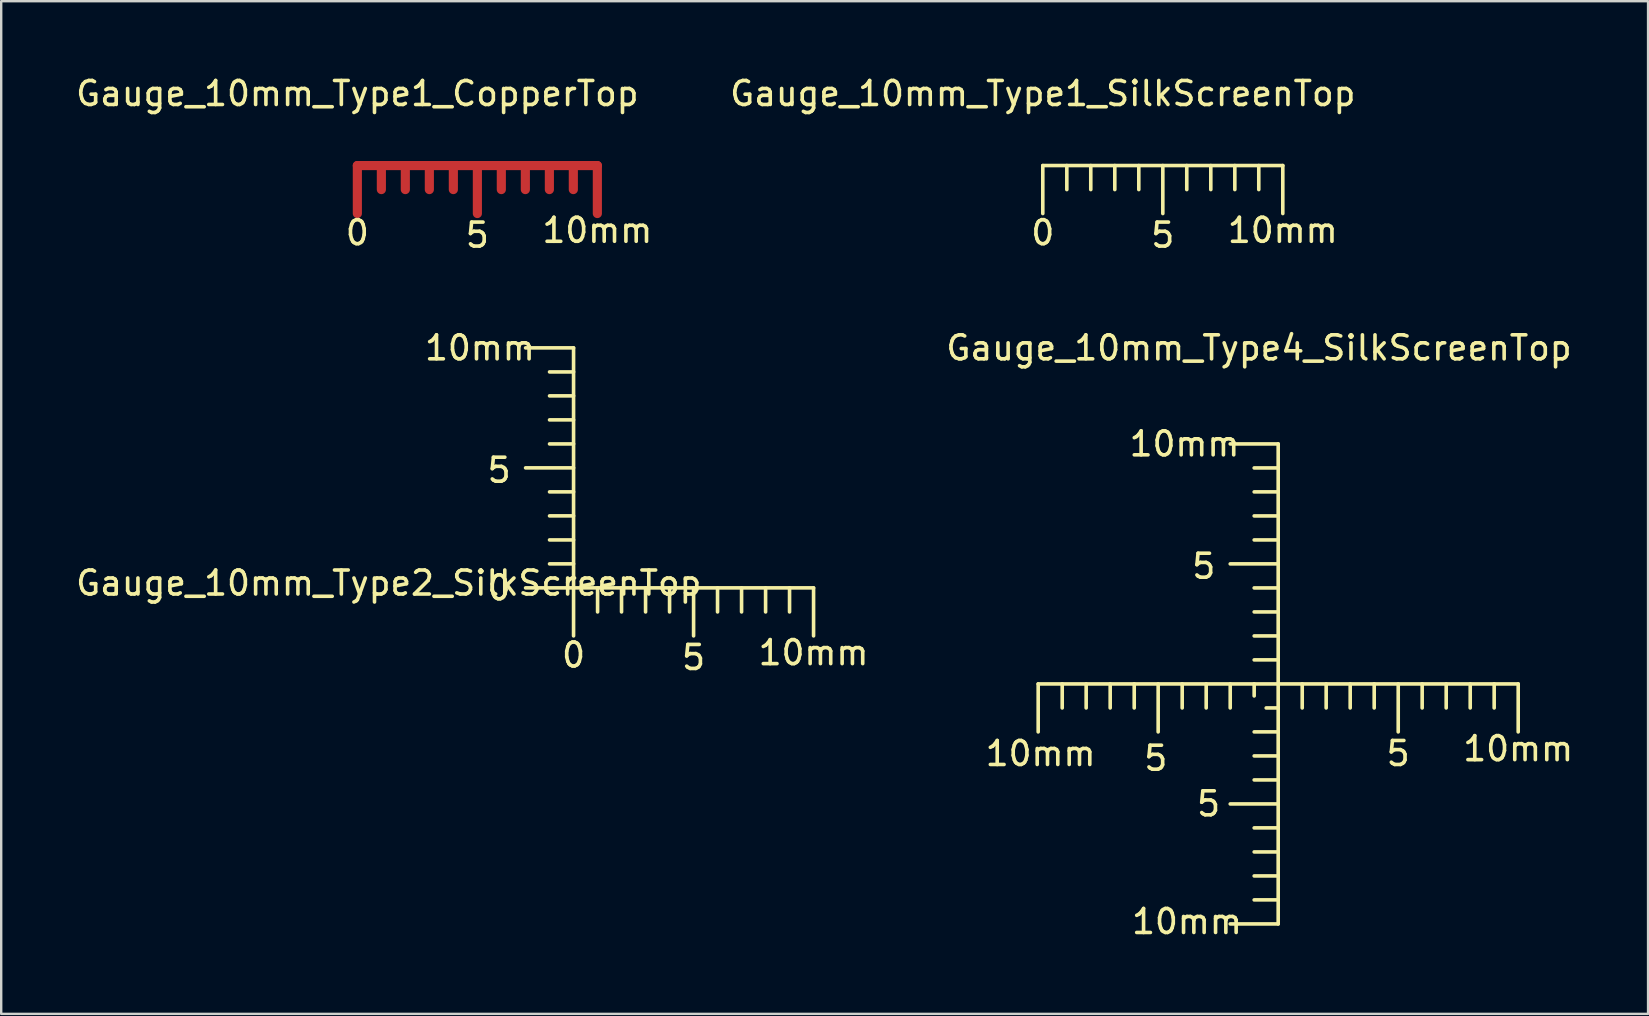
<source format=kicad_pcb>
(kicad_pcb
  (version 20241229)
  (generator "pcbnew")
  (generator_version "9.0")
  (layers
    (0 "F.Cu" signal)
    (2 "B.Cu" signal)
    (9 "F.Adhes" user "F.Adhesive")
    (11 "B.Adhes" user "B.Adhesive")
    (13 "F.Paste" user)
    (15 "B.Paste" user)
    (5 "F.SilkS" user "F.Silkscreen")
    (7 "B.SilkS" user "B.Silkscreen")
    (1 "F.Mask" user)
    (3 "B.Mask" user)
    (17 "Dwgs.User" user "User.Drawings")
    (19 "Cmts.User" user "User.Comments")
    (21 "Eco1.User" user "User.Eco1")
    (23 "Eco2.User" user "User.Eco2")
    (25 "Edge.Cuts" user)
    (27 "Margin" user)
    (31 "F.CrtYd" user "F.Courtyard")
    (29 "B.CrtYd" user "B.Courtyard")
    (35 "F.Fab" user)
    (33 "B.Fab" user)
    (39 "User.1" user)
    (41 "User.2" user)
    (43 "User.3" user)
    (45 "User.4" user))
  (footprint "Gauge_10mm_Type1_SilkScreenTop"
    (layer "F.Cu")
    (at 40.399 3.848)
    (property "Reference" "Gauge_10mm_Type1_SilkScreenTop" (at 0 -3 0) (layer "F.SilkS") (effects (font (size 1 1) (thickness 0.15))))
    (attr through_hole)
    (fp_line (start 0 0) (end 0 1.999) (stroke (width 0.15) (type solid)) (layer "F.SilkS"))
    (fp_line (start 0 0) (end 10 0) (stroke (width 0.15) (type solid)) (layer "F.SilkS"))
    (fp_line (start 1.001 0) (end 1.001 1.001) (stroke (width 0.15) (type solid)) (layer "F.SilkS"))
    (fp_line (start 1.999 0) (end 1.999 1.001) (stroke (width 0.15) (type solid)) (layer "F.SilkS"))
    (fp_line (start 3 0) (end 3 1.001) (stroke (width 0.15) (type solid)) (layer "F.SilkS"))
    (fp_line (start 4 0) (end 4 1.001) (stroke (width 0.15) (type solid)) (layer "F.SilkS"))
    (fp_line (start 5.001 0) (end 5.001 1.999) (stroke (width 0.15) (type solid)) (layer "F.SilkS"))
    (fp_line (start 5.999 0) (end 5.999 1.001) (stroke (width 0.15) (type solid)) (layer "F.SilkS"))
    (fp_line (start 7 0) (end 7 1.001) (stroke (width 0.15) (type solid)) (layer "F.SilkS"))
    (fp_line (start 8.001 0) (end 8.001 1.001) (stroke (width 0.15) (type solid)) (layer "F.SilkS"))
    (fp_line (start 8.999 0) (end 8.999 1.001) (stroke (width 0.15) (type solid)) (layer "F.SilkS"))
    (fp_line (start 10 0) (end 10 1.999) (stroke (width 0.15) (type solid)) (layer "F.SilkS"))
    (fp_text user "0" (at 0 2.799 0) (layer "F.SilkS") (effects (font (size 1 1) (thickness 0.15))))
    (fp_text user "10mm" (at 10 2.7 0) (layer "F.SilkS") (effects (font (size 1 1) (thickness 0.15))))
    (fp_text user "5" (at 4.999 2.901 0) (layer "F.SilkS") (effects (font (size 1 1) (thickness 0.15)))))
  (footprint "Gauge_10mm_Type2_SilkScreenTop"
    (layer "F.Cu")
    (at 20.848 21.445)
    (property "Reference" "Gauge_10mm_Type2_SilkScreenTop" (at -7.699 -0.201 0) (layer "F.SilkS") (effects (font (size 1 1) (thickness 0.15))))
    (attr through_hole)
    (fp_line (start 0 -10) (end -1.999 -10) (stroke (width 0.15) (type solid)) (layer "F.SilkS"))
    (fp_line (start 0 -8.999) (end -1.001 -8.999) (stroke (width 0.15) (type solid)) (layer "F.SilkS"))
    (fp_line (start 0 -8.001) (end -1.001 -8.001) (stroke (width 0.15) (type solid)) (layer "F.SilkS"))
    (fp_line (start 0 -7) (end -1.001 -7) (stroke (width 0.15) (type solid)) (layer "F.SilkS"))
    (fp_line (start 0 -5.999) (end -1.001 -5.999) (stroke (width 0.15) (type solid)) (layer "F.SilkS"))
    (fp_line (start 0 -5.001) (end -1.999 -5.001) (stroke (width 0.15) (type solid)) (layer "F.SilkS"))
    (fp_line (start 0 -4) (end -1.001 -4) (stroke (width 0.15) (type solid)) (layer "F.SilkS"))
    (fp_line (start 0 -3) (end -1.001 -3) (stroke (width 0.15) (type solid)) (layer "F.SilkS"))
    (fp_line (start 0 -1.999) (end -1.001 -1.999) (stroke (width 0.15) (type solid)) (layer "F.SilkS"))
    (fp_line (start 0 -1.001) (end -1.001 -1.001) (stroke (width 0.15) (type solid)) (layer "F.SilkS"))
    (fp_line (start 0 0) (end -1.999 0) (stroke (width 0.15) (type solid)) (layer "F.SilkS"))
    (fp_line (start 0 0) (end 0 -10) (stroke (width 0.15) (type solid)) (layer "F.SilkS"))
    (fp_line (start 0 0) (end 0 1.999) (stroke (width 0.15) (type solid)) (layer "F.SilkS"))
    (fp_line (start 0 0) (end 10 0) (stroke (width 0.15) (type solid)) (layer "F.SilkS"))
    (fp_line (start 1.001 0) (end 1.001 1.001) (stroke (width 0.15) (type solid)) (layer "F.SilkS"))
    (fp_line (start 1.999 0) (end 1.999 1.001) (stroke (width 0.15) (type solid)) (layer "F.SilkS"))
    (fp_line (start 3 0) (end 3 1.001) (stroke (width 0.15) (type solid)) (layer "F.SilkS"))
    (fp_line (start 4 0) (end 4 1.001) (stroke (width 0.15) (type solid)) (layer "F.SilkS"))
    (fp_line (start 5.001 0) (end 5.001 1.999) (stroke (width 0.15) (type solid)) (layer "F.SilkS"))
    (fp_line (start 5.999 0) (end 5.999 1.001) (stroke (width 0.15) (type solid)) (layer "F.SilkS"))
    (fp_line (start 7 0) (end 7 1.001) (stroke (width 0.15) (type solid)) (layer "F.SilkS"))
    (fp_line (start 8.001 0) (end 8.001 1.001) (stroke (width 0.15) (type solid)) (layer "F.SilkS"))
    (fp_line (start 8.999 0) (end 8.999 1.001) (stroke (width 0.15) (type solid)) (layer "F.SilkS"))
    (fp_line (start 10 0) (end 10 1.999) (stroke (width 0.15) (type solid)) (layer "F.SilkS"))
    (fp_text user "10mm" (at -3.901 -10 0) (layer "F.SilkS") (effects (font (size 1 1) (thickness 0.15))))
    (fp_text user "5" (at 4.999 2.901 0) (layer "F.SilkS") (effects (font (size 1 1) (thickness 0.15))))
    (fp_text user "5" (at -3.101 -4.9 0) (layer "F.SilkS") (effects (font (size 1 1) (thickness 0.15))))
    (fp_text user "0" (at 0 2.799 0) (layer "F.SilkS") (effects (font (size 1 1) (thickness 0.15))))
    (fp_text user "10mm" (at 10 2.7 0) (layer "F.SilkS") (effects (font (size 1 1) (thickness 0.15))))
    (fp_text user "0" (at -3.101 0 0) (layer "F.SilkS") (effects (font (size 1 1) (thickness 0.15)))))
  (footprint "Gauge_10mm_Type4_SilkScreenTop"
    (layer "F.Cu")
    (at 50.207 25.446)
    (property "Reference" "Gauge_10mm_Type4_SilkScreenTop" (at -0.8 -14 0) (layer "F.SilkS") (effects (font (size 1 1) (thickness 0.15))))
    (attr through_hole)
    (fp_line (start -10 0) (end -10 1.999) (stroke (width 0.15) (type solid)) (layer "F.SilkS"))
    (fp_line (start -8.999 0) (end -8.999 1.001) (stroke (width 0.15) (type solid)) (layer "F.SilkS"))
    (fp_line (start -8.001 0) (end -8.001 1.001) (stroke (width 0.15) (type solid)) (layer "F.SilkS"))
    (fp_line (start -7 0) (end -7 1.001) (stroke (width 0.15) (type solid)) (layer "F.SilkS"))
    (fp_line (start -5.999 0) (end -5.999 1.001) (stroke (width 0.15) (type solid)) (layer "F.SilkS"))
    (fp_line (start -5.001 0) (end -5.001 1.999) (stroke (width 0.15) (type solid)) (layer "F.SilkS"))
    (fp_line (start -4 0) (end -4 1.001) (stroke (width 0.15) (type solid)) (layer "F.SilkS"))
    (fp_line (start -3 0) (end -3 1.001) (stroke (width 0.15) (type solid)) (layer "F.SilkS"))
    (fp_line (start -1.999 0) (end -1.999 1.001) (stroke (width 0.15) (type solid)) (layer "F.SilkS"))
    (fp_line (start -1.001 0) (end -1.001 0.5) (stroke (width 0.15) (type solid)) (layer "F.SilkS"))
    (fp_line (start 0 -10) (end -1.999 -10) (stroke (width 0.15) (type solid)) (layer "F.SilkS"))
    (fp_line (start 0 -8.999) (end -1.001 -8.999) (stroke (width 0.15) (type solid)) (layer "F.SilkS"))
    (fp_line (start 0 -8.001) (end -1.001 -8.001) (stroke (width 0.15) (type solid)) (layer "F.SilkS"))
    (fp_line (start 0 -7) (end -1.001 -7) (stroke (width 0.15) (type solid)) (layer "F.SilkS"))
    (fp_line (start 0 -5.999) (end -1.001 -5.999) (stroke (width 0.15) (type solid)) (layer "F.SilkS"))
    (fp_line (start 0 -5.001) (end -1.999 -5.001) (stroke (width 0.15) (type solid)) (layer "F.SilkS"))
    (fp_line (start 0 -4) (end -1.001 -4) (stroke (width 0.15) (type solid)) (layer "F.SilkS"))
    (fp_line (start 0 -3) (end -1.001 -3) (stroke (width 0.15) (type solid)) (layer "F.SilkS"))
    (fp_line (start 0 -1.999) (end -1.001 -1.999) (stroke (width 0.15) (type solid)) (layer "F.SilkS"))
    (fp_line (start 0 -1.001) (end -1.001 -1.001) (stroke (width 0.15) (type solid)) (layer "F.SilkS"))
    (fp_line (start 0 0) (end -10 0) (stroke (width 0.15) (type solid)) (layer "F.SilkS"))
    (fp_line (start 0 0) (end 0 -10) (stroke (width 0.15) (type solid)) (layer "F.SilkS"))
    (fp_line (start 0 0) (end 0 1.999) (stroke (width 0.15) (type solid)) (layer "F.SilkS"))
    (fp_line (start 0 0) (end 10 0) (stroke (width 0.15) (type solid)) (layer "F.SilkS"))
    (fp_line (start 0 1.001) (end -0.5 1.001) (stroke (width 0.15) (type solid)) (layer "F.SilkS"))
    (fp_line (start 0 1.999) (end -1.001 1.999) (stroke (width 0.15) (type solid)) (layer "F.SilkS"))
    (fp_line (start 0 1.999) (end 0 10) (stroke (width 0.15) (type solid)) (layer "F.SilkS"))
    (fp_line (start 0 3) (end -1.001 3) (stroke (width 0.15) (type solid)) (layer "F.SilkS"))
    (fp_line (start 0 4) (end -1.001 4) (stroke (width 0.15) (type solid)) (layer "F.SilkS"))
    (fp_line (start 0 5.001) (end -1.999 5.001) (stroke (width 0.15) (type solid)) (layer "F.SilkS"))
    (fp_line (start 0 5.999) (end -1.001 5.999) (stroke (width 0.15) (type solid)) (layer "F.SilkS"))
    (fp_line (start 0 7) (end -1.001 7) (stroke (width 0.15) (type solid)) (layer "F.SilkS"))
    (fp_line (start 0 8.001) (end -1.001 8.001) (stroke (width 0.15) (type solid)) (layer "F.SilkS"))
    (fp_line (start 0 8.999) (end -1.001 8.999) (stroke (width 0.15) (type solid)) (layer "F.SilkS"))
    (fp_line (start 0 10) (end -1.999 10) (stroke (width 0.15) (type solid)) (layer "F.SilkS"))
    (fp_line (start 1.001 0) (end 1.001 1.001) (stroke (width 0.15) (type solid)) (layer "F.SilkS"))
    (fp_line (start 1.999 0) (end 1.999 1.001) (stroke (width 0.15) (type solid)) (layer "F.SilkS"))
    (fp_line (start 3 0) (end 3 1.001) (stroke (width 0.15) (type solid)) (layer "F.SilkS"))
    (fp_line (start 4 0) (end 4 1.001) (stroke (width 0.15) (type solid)) (layer "F.SilkS"))
    (fp_line (start 5.001 0) (end 5.001 1.999) (stroke (width 0.15) (type solid)) (layer "F.SilkS"))
    (fp_line (start 5.999 0) (end 5.999 1.001) (stroke (width 0.15) (type solid)) (layer "F.SilkS"))
    (fp_line (start 7 0) (end 7 1.001) (stroke (width 0.15) (type solid)) (layer "F.SilkS"))
    (fp_line (start 8.001 0) (end 8.001 1.001) (stroke (width 0.15) (type solid)) (layer "F.SilkS"))
    (fp_line (start 8.999 0) (end 8.999 1.001) (stroke (width 0.15) (type solid)) (layer "F.SilkS"))
    (fp_line (start 10 0) (end 10 1.999) (stroke (width 0.15) (type solid)) (layer "F.SilkS"))
    (fp_text user "10mm" (at -3.8 9.901 0) (layer "F.SilkS") (effects (font (size 1 1) (thickness 0.15))))
    (fp_text user "10mm" (at -9.898 2.901 0) (layer "F.SilkS") (effects (font (size 1 1) (thickness 0.15))))
    (fp_text user "10mm" (at 10 2.7 0) (layer "F.SilkS") (effects (font (size 1 1) (thickness 0.15))))
    (fp_text user "5" (at -3.101 -4.9 0) (layer "F.SilkS") (effects (font (size 1 1) (thickness 0.15))))
    (fp_text user "10mm" (at -3.901 -10 0) (layer "F.SilkS") (effects (font (size 1 1) (thickness 0.15))))
    (fp_text user "5" (at -5.1 3.099 0) (layer "F.SilkS") (effects (font (size 1 1) (thickness 0.15))))
    (fp_text user "5" (at -2.901 4.999 0) (layer "F.SilkS") (effects (font (size 1 1) (thickness 0.15))))
    (fp_text user "5" (at 4.999 2.901 0) (layer "F.SilkS") (effects (font (size 1 1) (thickness 0.15)))))
  (footprint "Gauge_10mm_Type1_CopperTop"
    (layer "F.Cu")
    (at 11.839 3.848)
    (property "Reference" "Gauge_10mm_Type1_CopperTop" (at 0 -3 0) (layer "F.SilkS") (effects (font (size 1 1) (thickness 0.15))))
    (attr through_hole)
    (fp_line (start 0 0) (end 0 1.999) (stroke (width 0.381) (type solid)) (layer "F.Cu"))
    (fp_line (start 0 0) (end 10 0) (stroke (width 0.381) (type solid)) (layer "F.Cu"))
    (fp_line (start 1.001 0) (end 1.001 1.001) (stroke (width 0.381) (type solid)) (layer "F.Cu"))
    (fp_line (start 1.999 0) (end 1.999 1.001) (stroke (width 0.381) (type solid)) (layer "F.Cu"))
    (fp_line (start 3 0) (end 3 1.001) (stroke (width 0.381) (type solid)) (layer "F.Cu"))
    (fp_line (start 4 0) (end 4 1.001) (stroke (width 0.381) (type solid)) (layer "F.Cu"))
    (fp_line (start 5.001 0) (end 5.001 1.999) (stroke (width 0.381) (type solid)) (layer "F.Cu"))
    (fp_line (start 5.999 0) (end 5.999 1.001) (stroke (width 0.381) (type solid)) (layer "F.Cu"))
    (fp_line (start 7 0) (end 7 1.001) (stroke (width 0.381) (type solid)) (layer "F.Cu"))
    (fp_line (start 8.001 0) (end 8.001 1.001) (stroke (width 0.381) (type solid)) (layer "F.Cu"))
    (fp_line (start 8.999 0) (end 8.999 1.001) (stroke (width 0.381) (type solid)) (layer "F.Cu"))
    (fp_line (start 10 0) (end 10 1.999) (stroke (width 0.381) (type solid)) (layer "F.Cu"))
    (fp_text user "10mm" (at 10 2.7 0) (layer "F.SilkS") (effects (font (size 1 1) (thickness 0.15))))
    (fp_text user "5" (at 4.999 2.901 0) (layer "F.SilkS") (effects (font (size 1 1) (thickness 0.15))))
    (fp_text user "0" (at 0 2.799 0) (layer "F.SilkS") (effects (font (size 1 1) (thickness 0.15)))))
  (gr_rect
    (start -3 -3)
    (end 65.618 39.195)
    (stroke (width 0.1) (type default))
    (fill no)
    (layer "Edge.Cuts")))
</source>
